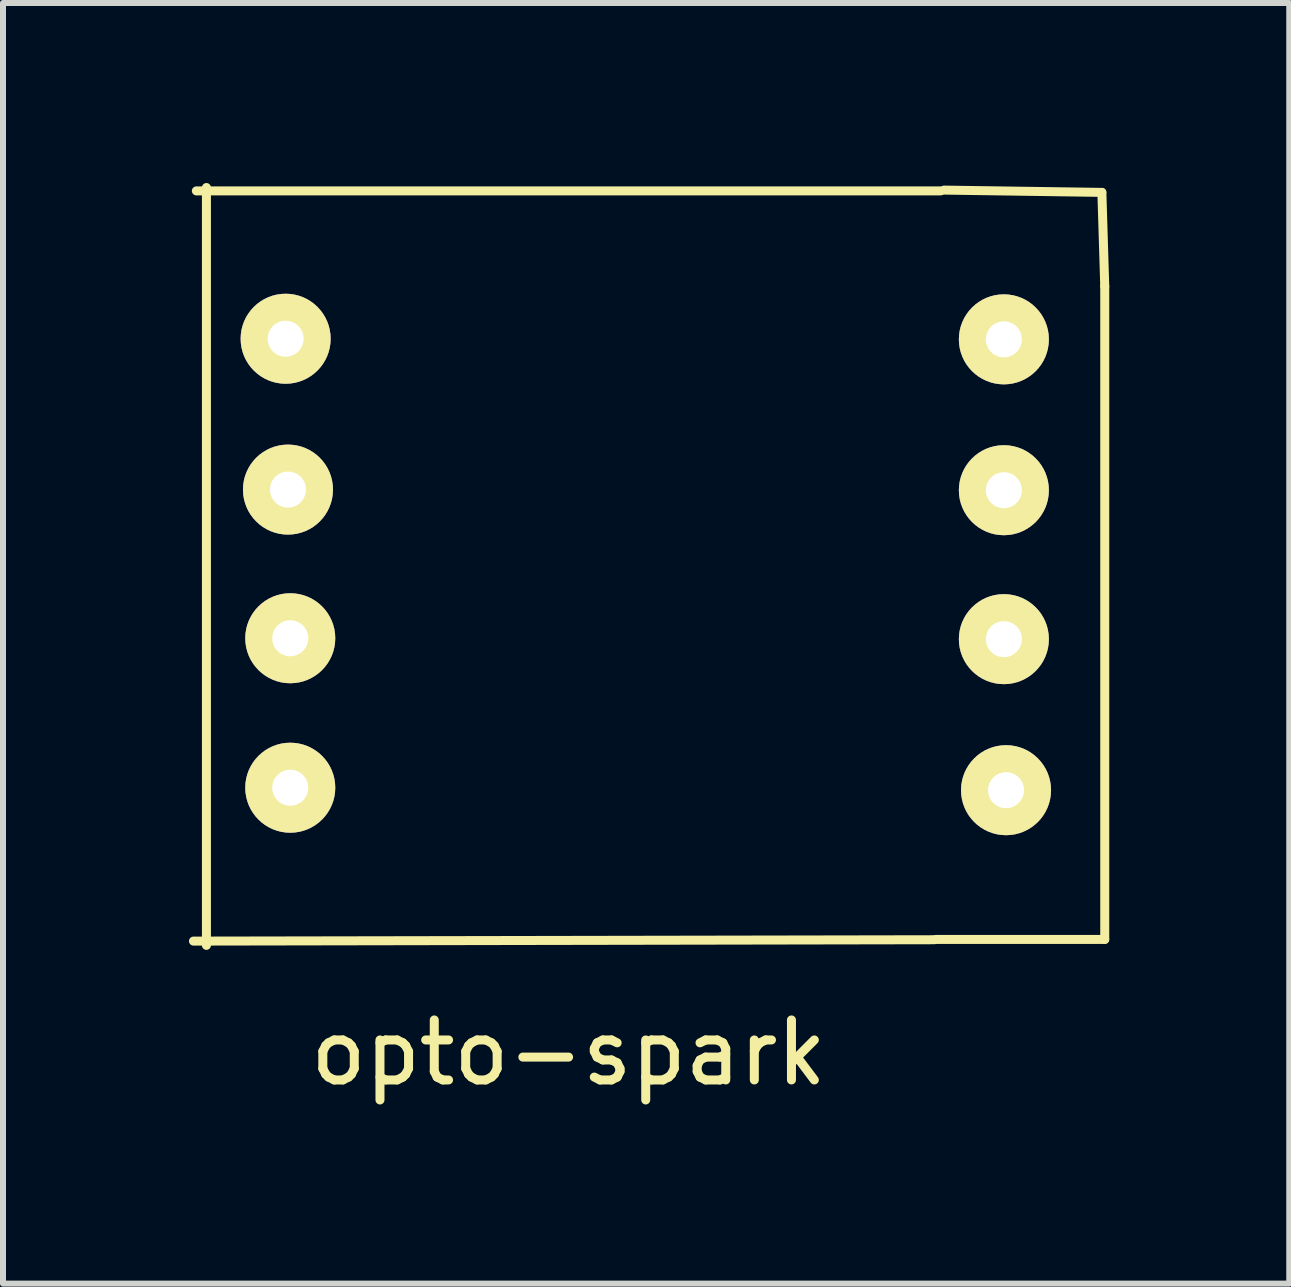
<source format=kicad_pcb>
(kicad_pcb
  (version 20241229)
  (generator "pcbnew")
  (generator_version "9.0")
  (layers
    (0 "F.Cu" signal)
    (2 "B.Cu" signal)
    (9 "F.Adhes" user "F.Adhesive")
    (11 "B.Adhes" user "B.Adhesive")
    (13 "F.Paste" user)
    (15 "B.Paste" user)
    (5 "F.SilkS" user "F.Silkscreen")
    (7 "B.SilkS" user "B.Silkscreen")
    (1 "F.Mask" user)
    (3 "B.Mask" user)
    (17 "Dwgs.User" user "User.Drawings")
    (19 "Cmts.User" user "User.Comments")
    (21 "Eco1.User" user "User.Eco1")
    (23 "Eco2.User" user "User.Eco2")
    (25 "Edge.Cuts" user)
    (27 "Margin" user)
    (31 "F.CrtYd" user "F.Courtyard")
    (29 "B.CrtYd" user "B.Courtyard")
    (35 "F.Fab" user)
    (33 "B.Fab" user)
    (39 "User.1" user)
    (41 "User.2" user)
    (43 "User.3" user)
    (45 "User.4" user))
  (footprint "opto-spark"
    (layer "F.Cu")
    (at 0.25 12.653)
    (property "Reference" "opto-spark" (at 6.175 1.839 0) (layer "F.SilkS") (effects (font (size 1 1) (thickness 0.15))))
    (attr through_hole)
    (fp_line (start -0.076 -0.02) (end 12.271 -0.043) (stroke (width 0.15) (type solid)) (layer "F.SilkS"))
    (fp_line (start -0.028 -12.522) (end 12.377 -12.522) (stroke (width 0.15) (type solid)) (layer "F.SilkS"))
    (fp_line (start 0.14 -12.578) (end 0.14 0.051) (stroke (width 0.15) (type solid)) (layer "F.SilkS"))
    (fp_line (start 12.301 -0.048) (end 15.11 -0.048) (stroke (width 0.15) (type solid)) (layer "F.SilkS"))
    (fp_line (start 15.062 -12.497) (end 12.433 -12.535) (stroke (width 0.15) (type solid)) (layer "F.SilkS"))
    (fp_line (start 15.11 -10.93) (end 15.062 -12.497) (stroke (width 0.15) (type solid)) (layer "F.SilkS"))
    (fp_line (start 15.11 -0.048) (end 15.11 -10.93) (stroke (width 0.15) (type solid)) (layer "F.SilkS"))
    (pad "1" thru_hole circle (at 1.46 -10.058) (size 1.5 1.5) (drill 0.6) (layers "*.Cu" "*.Mask" "F.SilkS"))
    (pad "2" thru_hole circle (at 1.499 -7.544) (size 1.5 1.5) (drill 0.6) (layers "*.Cu" "*.Mask" "F.SilkS"))
    (pad "3" thru_hole circle (at 1.537 -5.067) (size 1.5 1.5) (drill 0.6) (layers "*.Cu" "*.Mask" "F.SilkS"))
    (pad "4" thru_hole circle (at 1.537 -2.576) (size 1.5 1.5) (drill 0.6) (layers "*.Cu" "*.Mask" "F.SilkS"))
    (pad "5" thru_hole circle (at 13.429 -10.048) (size 1.5 1.5) (drill 0.6) (layers "*.Cu" "*.Mask" "F.SilkS"))
    (pad "6" thru_hole circle (at 13.429 -7.534) (size 1.5 1.5) (drill 0.6) (layers "*.Cu" "*.Mask" "F.SilkS"))
    (pad "7" thru_hole circle (at 13.429 -5.052) (size 1.5 1.5) (drill 0.6) (layers "*.Cu" "*.Mask" "F.SilkS"))
    (pad "8" thru_hole circle (at 13.465 -2.535) (size 1.5 1.5) (drill 0.6) (layers "*.Cu" "*.Mask" "F.SilkS")))
  (gr_rect
    (start -3 -3)
    (end 18.435 18.34)
    (stroke (width 0.1) (type default))
    (fill no)
    (layer "Edge.Cuts")))
</source>
